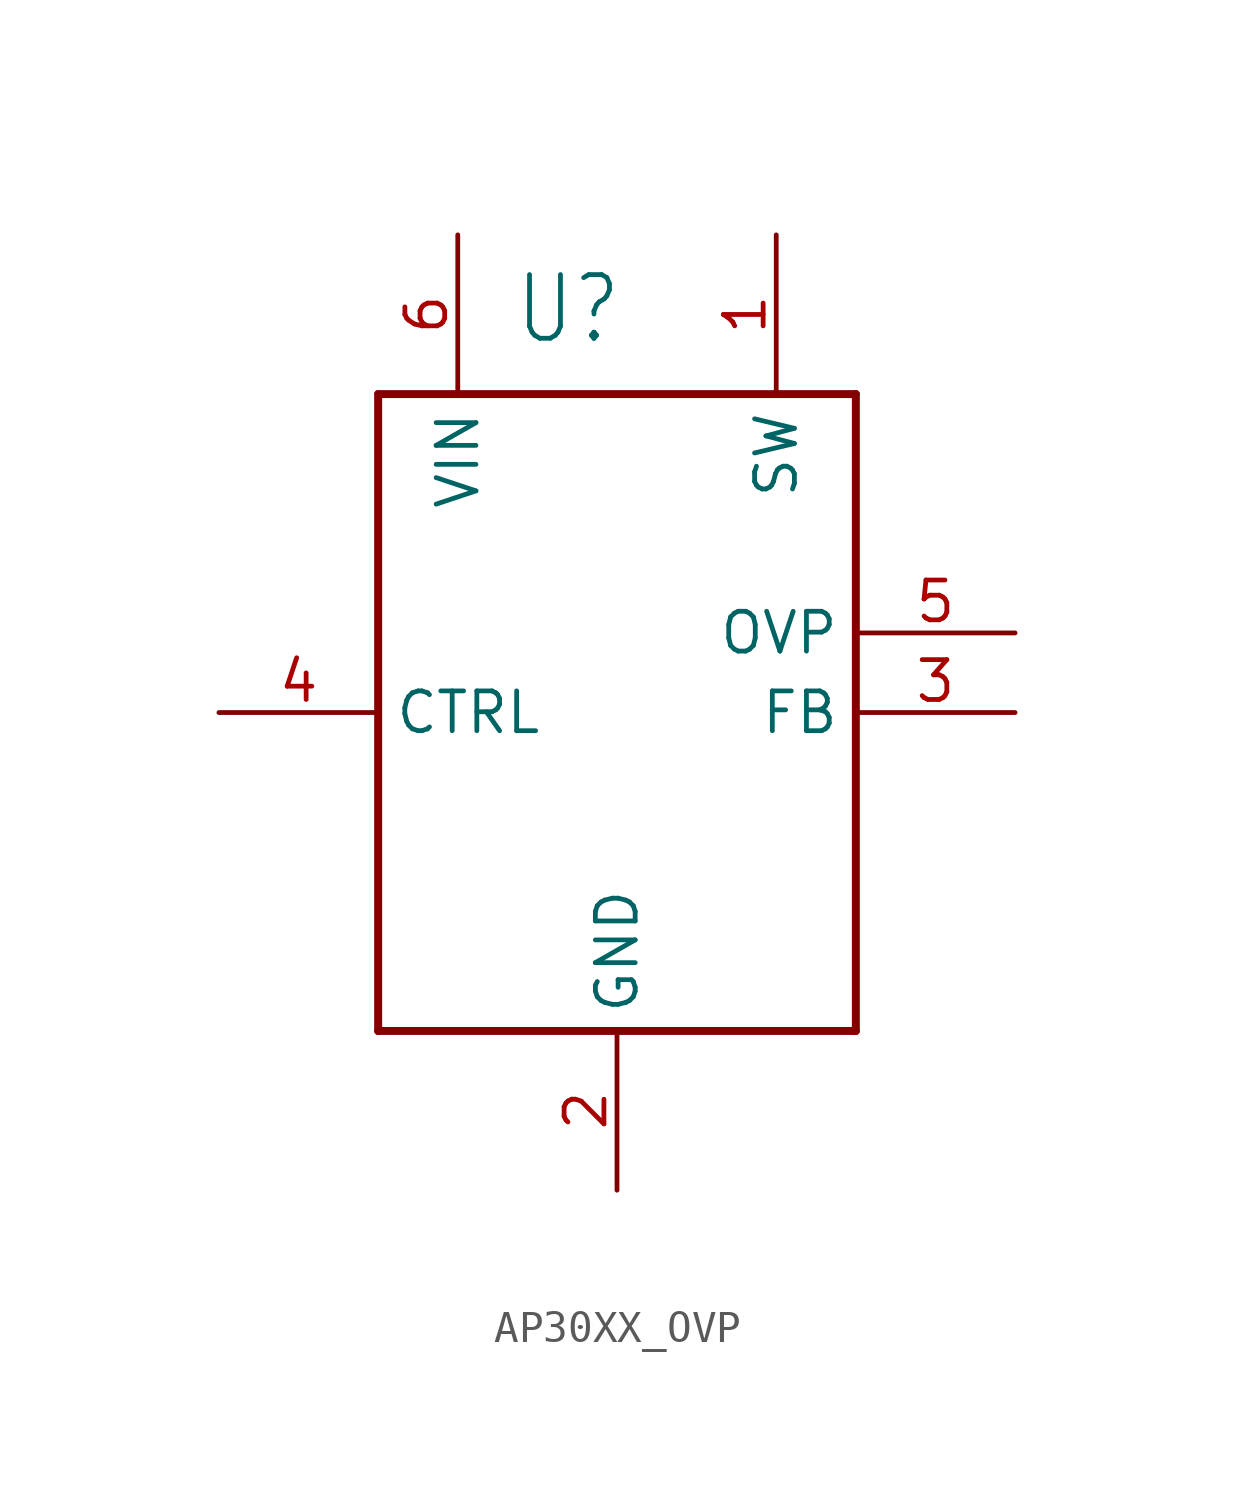
<source format=kicad_sym>
(kicad_symbol_lib
  (version 20220914)
  (generator kicad_symbol_editor)
  (symbol "AP30XX_OVP"
    (property "Reference" "U"
      (at -3.302 6.604 0)
      (effects (font (size 2.032 1.727)) (justify left bottom)))
    (property "Value" ""
      (at 2.286 -19.304 0)
      (effects (font (size 2.032 1.727)) (justify left bottom)))
    (property "ki_locked" ""
      (at 0 0 0)
      (effects (font (size 1.27 1.27))))
    (symbol "AP30XX_OVP_1_0"
      (polyline (pts (xy -7.62 -15.24) (xy -7.62 5.08)) (stroke (width 0.254) (type solid)) (fill (type none)))
      (polyline (pts (xy -7.62 5.08) (xy 7.62 5.08)) (stroke (width 0.254) (type solid)) (fill (type none)))
      (polyline (pts (xy 7.62 -15.24) (xy -7.62 -15.24)) (stroke (width 0.254) (type solid)) (fill (type none)))
      (polyline (pts (xy 7.62 5.08) (xy 7.62 -15.24)) (stroke (width 0.254) (type solid)) (fill (type none)))
      (pin bidirectional line (at 5.08 10.16 270) (length 5.08) (name "SW" (effects (font (size 1.27 1.27)))) (number "1" (effects (font (size 1.27 1.27)))))
      (pin bidirectional line (at 0 -20.32 90) (length 5.08) (name "GND" (effects (font (size 1.27 1.27)))) (number "2" (effects (font (size 1.27 1.27)))))
      (pin bidirectional line (at 12.7 -5.08 180) (length 5.08) (name "FB" (effects (font (size 1.27 1.27)))) (number "3" (effects (font (size 1.27 1.27)))))
      (pin bidirectional line (at -12.7 -5.08 0) (length 5.08) (name "CTRL" (effects (font (size 1.27 1.27)))) (number "4" (effects (font (size 1.27 1.27)))))
      (pin bidirectional line (at 12.7 -2.54 180) (length 5.08) (name "OVP" (effects (font (size 1.27 1.27)))) (number "5" (effects (font (size 1.27 1.27)))))
      (pin bidirectional line (at -5.08 10.16 270) (length 5.08) (name "VIN" (effects (font (size 1.27 1.27)))) (number "6" (effects (font (size 1.27 1.27))))))))
</source>
